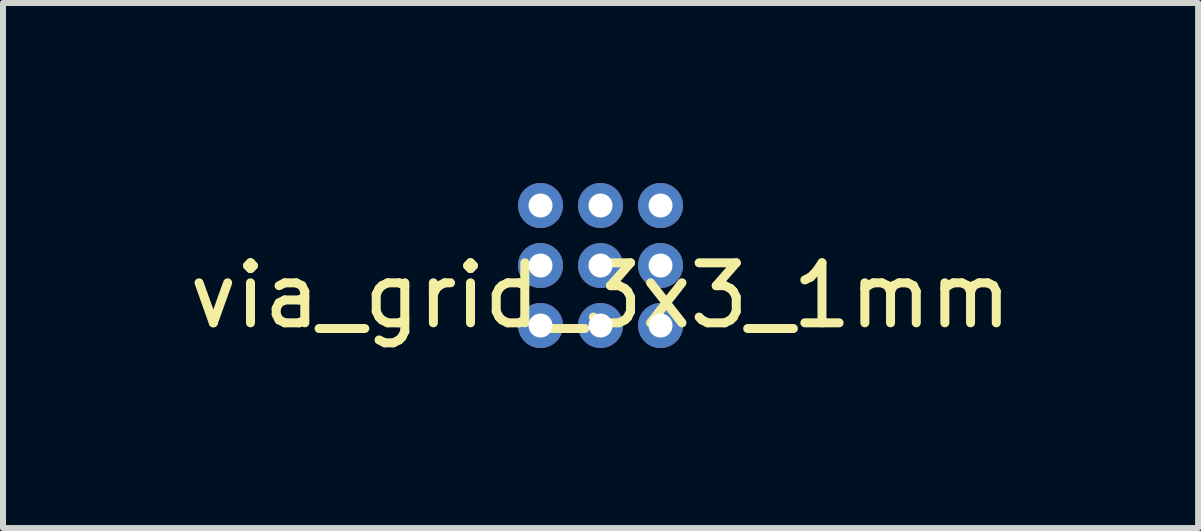
<source format=kicad_pcb>
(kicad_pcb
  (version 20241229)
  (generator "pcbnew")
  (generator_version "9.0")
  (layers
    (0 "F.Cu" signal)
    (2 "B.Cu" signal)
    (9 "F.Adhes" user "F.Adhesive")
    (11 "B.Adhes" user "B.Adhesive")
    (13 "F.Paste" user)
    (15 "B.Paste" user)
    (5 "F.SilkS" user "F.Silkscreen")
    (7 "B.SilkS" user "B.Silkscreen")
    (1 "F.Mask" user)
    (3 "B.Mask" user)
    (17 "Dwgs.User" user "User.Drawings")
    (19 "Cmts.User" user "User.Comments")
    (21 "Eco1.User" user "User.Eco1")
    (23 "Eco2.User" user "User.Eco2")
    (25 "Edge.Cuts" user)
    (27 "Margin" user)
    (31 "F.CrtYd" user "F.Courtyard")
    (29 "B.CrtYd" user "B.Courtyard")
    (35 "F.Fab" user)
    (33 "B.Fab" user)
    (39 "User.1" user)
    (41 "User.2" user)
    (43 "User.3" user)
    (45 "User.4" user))
  (footprint "via_grid_3x3_1mm"
    (layer "F.Cu")
    (at 6.958 1.375)
    (property "Reference" "via_grid_3x3_1mm" (at 0 0.5 0) (layer "F.SilkS") (effects (font (size 1 1) (thickness 0.15))))
    (attr through_hole)
    (pad "1" thru_hole circle (at -1 -1) (size 0.75 0.75) (drill 0.4) (layers "*.Cu" "*.Mask"))
    (pad "1" thru_hole circle (at -1 0) (size 0.75 0.75) (drill 0.4) (layers "*.Cu" "*.Mask"))
    (pad "1" thru_hole circle (at -1 1) (size 0.75 0.75) (drill 0.4) (layers "*.Cu" "*.Mask"))
    (pad "1" thru_hole circle (at 0 -1) (size 0.75 0.75) (drill 0.4) (layers "*.Cu" "*.Mask"))
    (pad "1" thru_hole circle (at 0 0) (size 0.75 0.75) (drill 0.4) (layers "*.Cu" "*.Mask"))
    (pad "1" thru_hole circle (at 0 1) (size 0.75 0.75) (drill 0.4) (layers "*.Cu" "*.Mask"))
    (pad "1" thru_hole circle (at 1 -1) (size 0.75 0.75) (drill 0.4) (layers "*.Cu" "*.Mask"))
    (pad "1" thru_hole circle (at 1 0) (size 0.75 0.75) (drill 0.4) (layers "*.Cu" "*.Mask"))
    (pad "1" thru_hole circle (at 1 1) (size 0.75 0.75) (drill 0.4) (layers "*.Cu" "*.Mask")))
  (gr_rect
    (start -3 -3)
    (end 16.917 5.75)
    (stroke (width 0.1) (type default))
    (fill no)
    (layer "Edge.Cuts")))
</source>
